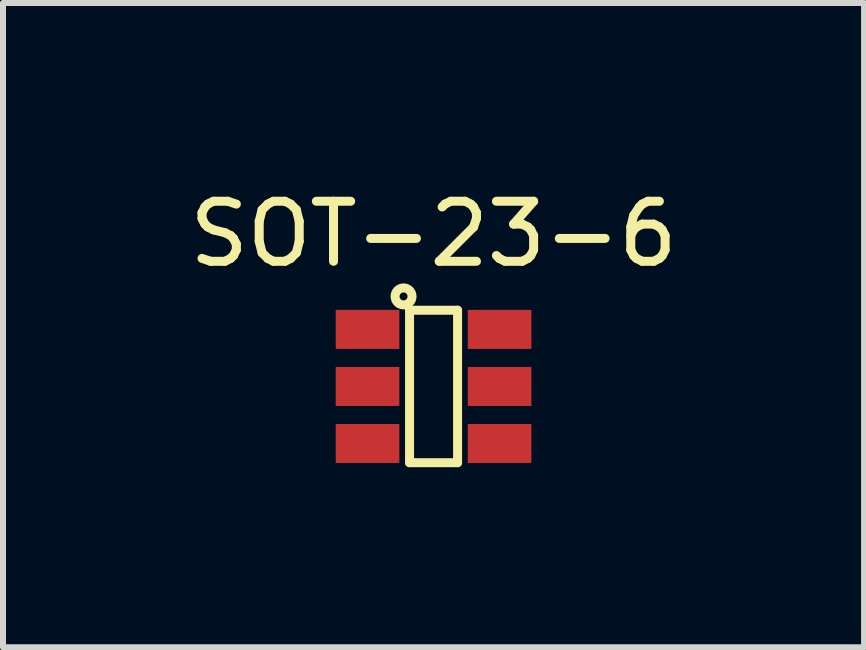
<source format=kicad_pcb>
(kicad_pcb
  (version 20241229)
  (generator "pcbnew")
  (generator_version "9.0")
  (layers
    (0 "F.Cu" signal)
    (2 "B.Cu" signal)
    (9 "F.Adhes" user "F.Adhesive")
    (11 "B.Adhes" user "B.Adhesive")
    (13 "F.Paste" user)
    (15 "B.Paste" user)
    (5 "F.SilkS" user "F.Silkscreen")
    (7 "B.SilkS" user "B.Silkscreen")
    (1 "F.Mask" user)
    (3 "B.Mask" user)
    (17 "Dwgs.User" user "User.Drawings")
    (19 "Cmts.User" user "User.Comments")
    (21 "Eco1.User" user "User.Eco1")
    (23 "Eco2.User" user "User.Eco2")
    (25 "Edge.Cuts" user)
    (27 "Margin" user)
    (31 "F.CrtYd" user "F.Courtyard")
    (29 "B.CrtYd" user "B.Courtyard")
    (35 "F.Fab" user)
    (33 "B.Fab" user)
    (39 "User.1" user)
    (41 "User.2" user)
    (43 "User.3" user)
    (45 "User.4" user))
  (footprint "SOT-23-6"
    (layer "F.Cu")
    (at 4.173 3.388)
    (property "Reference" "SOT-23-6" (at 0 -2.54 0) (layer "F.SilkS") (effects (font (size 1 1) (thickness 0.15))))
    (attr through_hole)
    (fp_line (start -0.4 -1.27) (end 0.4 -1.27) (stroke (width 0.15) (type solid)) (layer "F.SilkS"))
    (fp_line (start -0.4 1.27) (end -0.4 -1.27) (stroke (width 0.15) (type solid)) (layer "F.SilkS"))
    (fp_line (start -0.4 1.27) (end 0.4 1.27) (stroke (width 0.15) (type solid)) (layer "F.SilkS"))
    (fp_line (start 0.4 -1.27) (end 0.4 1.27) (stroke (width 0.15) (type solid)) (layer "F.SilkS"))
    (fp_circle (center -0.5 -1.5) (end -0.4 -1.4) (stroke (width 0.15) (type solid)) (fill no) (layer "F.SilkS"))
    (pad "1" smd rect (at -1.1 -0.95) (size 1.06 0.65) (layers "F.Cu" "F.Mask" "F.Paste"))
    (pad "2" smd rect (at -1.1 0) (size 1.06 0.65) (layers "F.Cu" "F.Mask" "F.Paste"))
    (pad "3" smd rect (at -1.1 0.95) (size 1.06 0.65) (layers "F.Cu" "F.Mask" "F.Paste"))
    (pad "4" smd rect (at 1.1 0.95) (size 1.06 0.65) (layers "F.Cu" "F.Mask" "F.Paste"))
    (pad "5" smd rect (at 1.1 0) (size 1.06 0.65) (layers "F.Cu" "F.Mask" "F.Paste"))
    (pad "6" smd rect (at 1.1 -0.95) (size 1.06 0.65) (layers "F.Cu" "F.Mask" "F.Paste")))
  (gr_rect
    (start -3 -3)
    (end 11.345 7.733)
    (stroke (width 0.1) (type default))
    (fill no)
    (layer "Edge.Cuts")))
</source>
